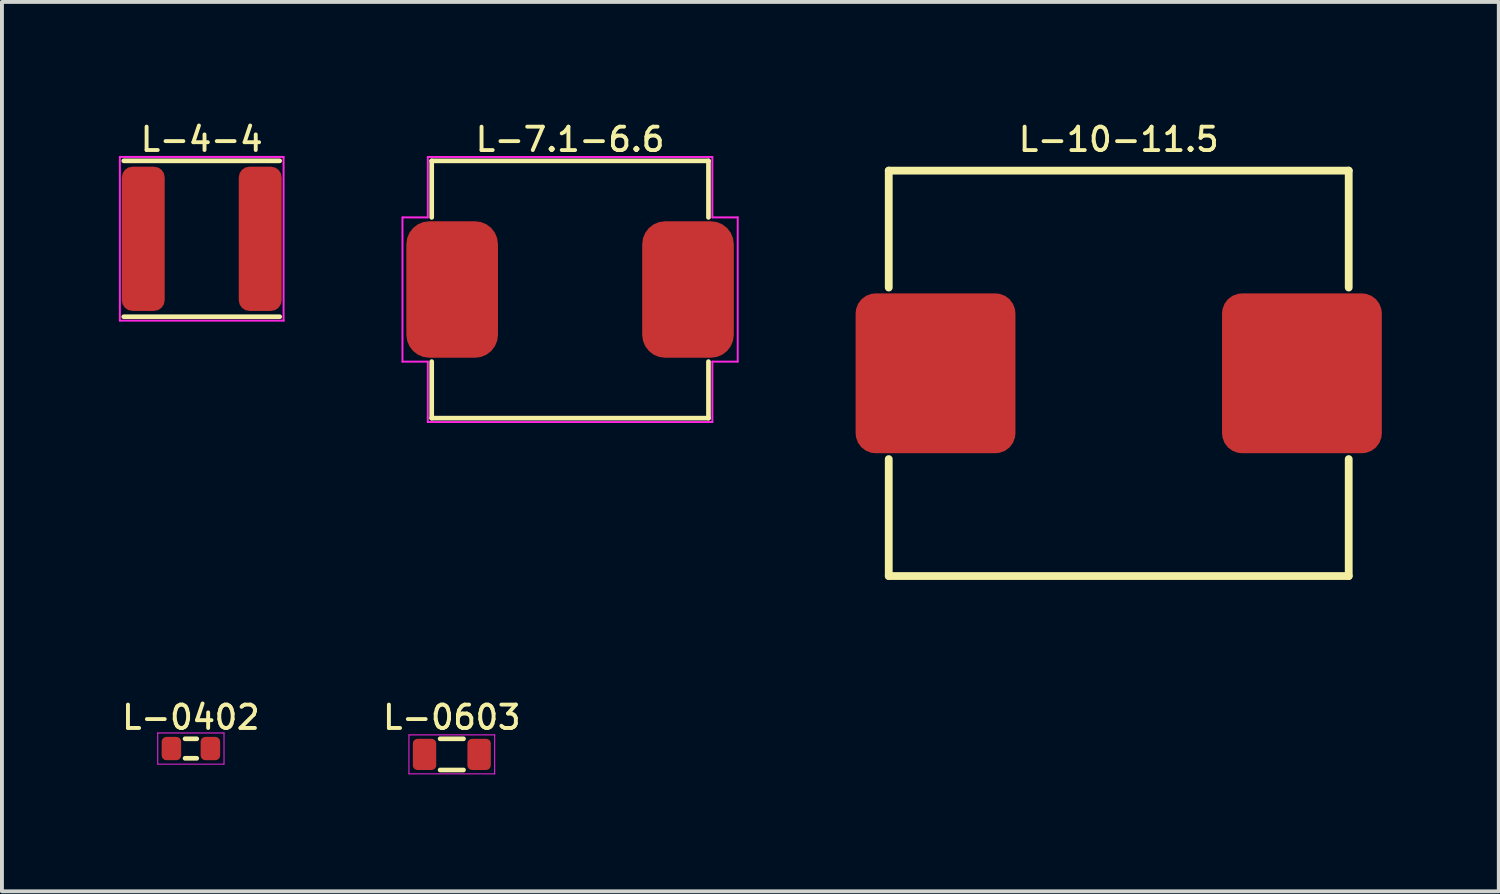
<source format=kicad_pcb>
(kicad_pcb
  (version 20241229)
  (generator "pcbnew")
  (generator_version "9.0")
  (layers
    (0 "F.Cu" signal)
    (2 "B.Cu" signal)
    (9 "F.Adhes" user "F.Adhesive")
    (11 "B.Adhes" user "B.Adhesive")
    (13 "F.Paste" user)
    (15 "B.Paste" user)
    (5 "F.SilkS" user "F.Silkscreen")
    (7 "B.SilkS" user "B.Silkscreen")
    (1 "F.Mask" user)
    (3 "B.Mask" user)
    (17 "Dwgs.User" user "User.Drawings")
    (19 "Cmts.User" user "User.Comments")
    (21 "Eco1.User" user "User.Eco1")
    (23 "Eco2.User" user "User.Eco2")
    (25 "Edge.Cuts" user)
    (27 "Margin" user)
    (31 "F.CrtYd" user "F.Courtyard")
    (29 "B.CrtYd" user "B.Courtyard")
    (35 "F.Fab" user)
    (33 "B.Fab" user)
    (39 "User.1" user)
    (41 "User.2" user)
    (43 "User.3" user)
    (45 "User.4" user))
  (footprint "L-4-4"
    (layer "F.Cu")
    (at 2.125 3.076)
    (property "Reference" "L-4-4" (at 0 -2.55 0) (layer "F.SilkS") (effects (font (size 0.6 0.6) (thickness 0.1))))
    (attr smd)
    (fp_line (start -2 -2) (end 2 -2) (stroke (width 0.12) (type solid)) (layer "F.SilkS"))
    (fp_line (start -2 2) (end 2 2) (stroke (width 0.12) (type solid)) (layer "F.SilkS"))
    (fp_line (start -2.1 -2.1) (end -2.1 2.1) (stroke (width 0.05) (type solid)) (layer "F.CrtYd"))
    (fp_line (start -2.1 2.1) (end 2.1 2.1) (stroke (width 0.05) (type solid)) (layer "F.CrtYd"))
    (fp_line (start 2.1 -2.1) (end -2.1 -2.1) (stroke (width 0.05) (type solid)) (layer "F.CrtYd"))
    (fp_line (start 2.1 2.1) (end 2.1 -2.1) (stroke (width 0.05) (type solid)) (layer "F.CrtYd"))
    (pad "1" smd roundrect (at -1.5 0) (size 1.1 3.7) (layers "F.Cu" "F.Mask" "F.Paste") (roundrect_rratio 0.25))
    (pad "2" smd roundrect (at 1.5 0) (size 1.1 3.7) (layers "F.Cu" "F.Mask" "F.Paste") (roundrect_rratio 0.25)))
  (footprint "L-7.1-6.6"
    (layer "F.Cu")
    (at 11.575 4.377)
    (property "Reference" "L-7.1-6.6" (at 0 -3.85 0) (layer "F.SilkS") (effects (font (size 0.6 0.6) (thickness 0.1))))
    (attr smd)
    (fp_line (start -3.55 -3.3) (end 3.55 -3.3) (stroke (width 0.12) (type solid)) (layer "F.SilkS"))
    (fp_line (start -3.55 -1.85) (end -3.55 -3.3) (stroke (width 0.12) (type solid)) (layer "F.SilkS"))
    (fp_line (start -3.55 3.3) (end -3.55 1.85) (stroke (width 0.12) (type solid)) (layer "F.SilkS"))
    (fp_line (start -3.55 3.3) (end 3.55 3.3) (stroke (width 0.12) (type solid)) (layer "F.SilkS"))
    (fp_line (start 3.55 -3.3) (end 3.55 -1.85) (stroke (width 0.12) (type solid)) (layer "F.SilkS"))
    (fp_line (start 3.55 1.85) (end 3.55 3.3) (stroke (width 0.12) (type solid)) (layer "F.SilkS"))
    (fp_line (start -4.3 -1.85) (end -3.65 -1.85) (stroke (width 0.05) (type solid)) (layer "F.CrtYd"))
    (fp_line (start -4.3 1.85) (end -4.3 -1.85) (stroke (width 0.05) (type solid)) (layer "F.CrtYd"))
    (fp_line (start -3.65 -3.4) (end -3.65 -1.85) (stroke (width 0.05) (type solid)) (layer "F.CrtYd"))
    (fp_line (start -3.65 1.85) (end -4.3 1.85) (stroke (width 0.05) (type solid)) (layer "F.CrtYd"))
    (fp_line (start -3.65 3.4) (end -3.65 1.85) (stroke (width 0.05) (type solid)) (layer "F.CrtYd"))
    (fp_line (start -3.65 3.4) (end 3.65 3.4) (stroke (width 0.05) (type solid)) (layer "F.CrtYd"))
    (fp_line (start 3.65 -3.4) (end -3.65 -3.4) (stroke (width 0.05) (type solid)) (layer "F.CrtYd"))
    (fp_line (start 3.65 -1.85) (end 3.65 -3.4) (stroke (width 0.05) (type solid)) (layer "F.CrtYd"))
    (fp_line (start 3.65 -1.85) (end 4.3 -1.85) (stroke (width 0.05) (type solid)) (layer "F.CrtYd"))
    (fp_line (start 3.65 1.85) (end 3.65 3.4) (stroke (width 0.05) (type solid)) (layer "F.CrtYd"))
    (fp_line (start 4.3 -1.85) (end 4.3 1.85) (stroke (width 0.05) (type solid)) (layer "F.CrtYd"))
    (fp_line (start 4.3 1.85) (end 3.65 1.85) (stroke (width 0.05) (type solid)) (layer "F.CrtYd"))
    (pad "1" smd roundrect (at -3.025 0) (size 2.35 3.5) (layers "F.Cu" "F.Mask" "F.Paste") (roundrect_rratio 0.25))
    (pad "2" smd roundrect (at 3.025 0) (size 2.35 3.5) (layers "F.Cu" "F.Mask" "F.Paste") (roundrect_rratio 0.25)))
  (footprint "L-10-11.5"
    (layer "F.Cu")
    (at 25.65 6.527)
    (property "Reference" "L-10-11.5" (at 0 -6 0) (layer "F.SilkS") (effects (font (size 0.6 0.6) (thickness 0.1))))
    (attr smd)
    (fp_line (start -5.9 -5.2) (end 5.9 -5.2) (stroke (width 0.2) (type default)) (layer "F.SilkS"))
    (fp_line (start -5.9 -2.2) (end -5.9 -5.2) (stroke (width 0.2) (type default)) (layer "F.SilkS"))
    (fp_line (start -5.9 5.2) (end -5.9 2.2) (stroke (width 0.2) (type default)) (layer "F.SilkS"))
    (fp_line (start 5.9 -5.2) (end 5.9 -2.2) (stroke (width 0.2) (type default)) (layer "F.SilkS"))
    (fp_line (start 5.9 2.2) (end 5.9 5.2) (stroke (width 0.2) (type default)) (layer "F.SilkS"))
    (fp_line (start 5.9 5.2) (end -5.9 5.2) (stroke (width 0.2) (type default)) (layer "F.SilkS"))
    (pad "1" smd roundrect (at -4.7 0) (size 4.1 4.1) (layers "F.Cu" "F.Mask" "F.Paste") (roundrect_rratio 0.125))
    (pad "2" smd roundrect (at 4.7 0) (size 4.1 4.1) (layers "F.Cu" "F.Mask" "F.Paste") (roundrect_rratio 0.125)))
  (footprint "L-0402"
    (layer "F.Cu")
    (at 1.847 16.153)
    (property "Reference" "L-0402" (at 0 -0.8 0) (layer "F.SilkS") (effects (font (size 0.6 0.6) (thickness 0.1))))
    (attr through_hole)
    (fp_line (start -0.15 -0.25) (end 0.15 -0.25) (stroke (width 0.12) (type solid)) (layer "F.SilkS"))
    (fp_line (start -0.15 0.25) (end 0.15 0.25) (stroke (width 0.12) (type solid)) (layer "F.SilkS"))
    (fp_line (start -0.85 -0.4) (end 0.85 -0.4) (stroke (width 0.025) (type solid)) (layer "F.CrtYd"))
    (fp_line (start -0.85 0.4) (end -0.85 -0.4) (stroke (width 0.025) (type solid)) (layer "F.CrtYd"))
    (fp_line (start 0.85 -0.4) (end 0.85 0.4) (stroke (width 0.025) (type solid)) (layer "F.CrtYd"))
    (fp_line (start 0.85 0.4) (end -0.85 0.4) (stroke (width 0.025) (type solid)) (layer "F.CrtYd"))
    (pad "1" smd roundrect (at -0.5 0) (size 0.5 0.6) (layers "F.Cu" "F.Mask" "F.Paste") (roundrect_rratio 0.25))
    (pad "2" smd roundrect (at 0.5 0) (size 0.5 0.6) (layers "F.Cu" "F.Mask" "F.Paste") (roundrect_rratio 0.25)))
  (footprint "L-0603"
    (layer "F.Cu")
    (at 8.541 16.303)
    (property "Reference" "L-0603" (at 0 -0.95 0) (layer "F.SilkS") (effects (font (size 0.6 0.6) (thickness 0.1))))
    (attr through_hole)
    (fp_line (start -0.3 -0.4) (end 0.3 -0.4) (stroke (width 0.12) (type solid)) (layer "F.SilkS"))
    (fp_line (start -0.3 0.4) (end 0.3 0.4) (stroke (width 0.12) (type solid)) (layer "F.SilkS"))
    (fp_line (start -1.1 -0.5) (end 1.1 -0.5) (stroke (width 0.025) (type solid)) (layer "F.CrtYd"))
    (fp_line (start -1.1 0.5) (end -1.1 -0.5) (stroke (width 0.025) (type solid)) (layer "F.CrtYd"))
    (fp_line (start 1.1 -0.5) (end 1.1 0.5) (stroke (width 0.025) (type solid)) (layer "F.CrtYd"))
    (fp_line (start 1.1 0.5) (end -1.1 0.5) (stroke (width 0.025) (type solid)) (layer "F.CrtYd"))
    (pad "1" smd roundrect (at -0.7 0) (size 0.6 0.8) (layers "F.Cu" "F.Mask" "F.Paste") (roundrect_rratio 0.2))
    (pad "2" smd roundrect (at 0.7 0) (size 0.6 0.8) (layers "F.Cu" "F.Mask" "F.Paste") (roundrect_rratio 0.2)))
  (gr_rect
    (start -3 -3)
    (end 35.4 19.816)
    (stroke (width 0.1) (type default))
    (fill no)
    (layer "Edge.Cuts")))
</source>
